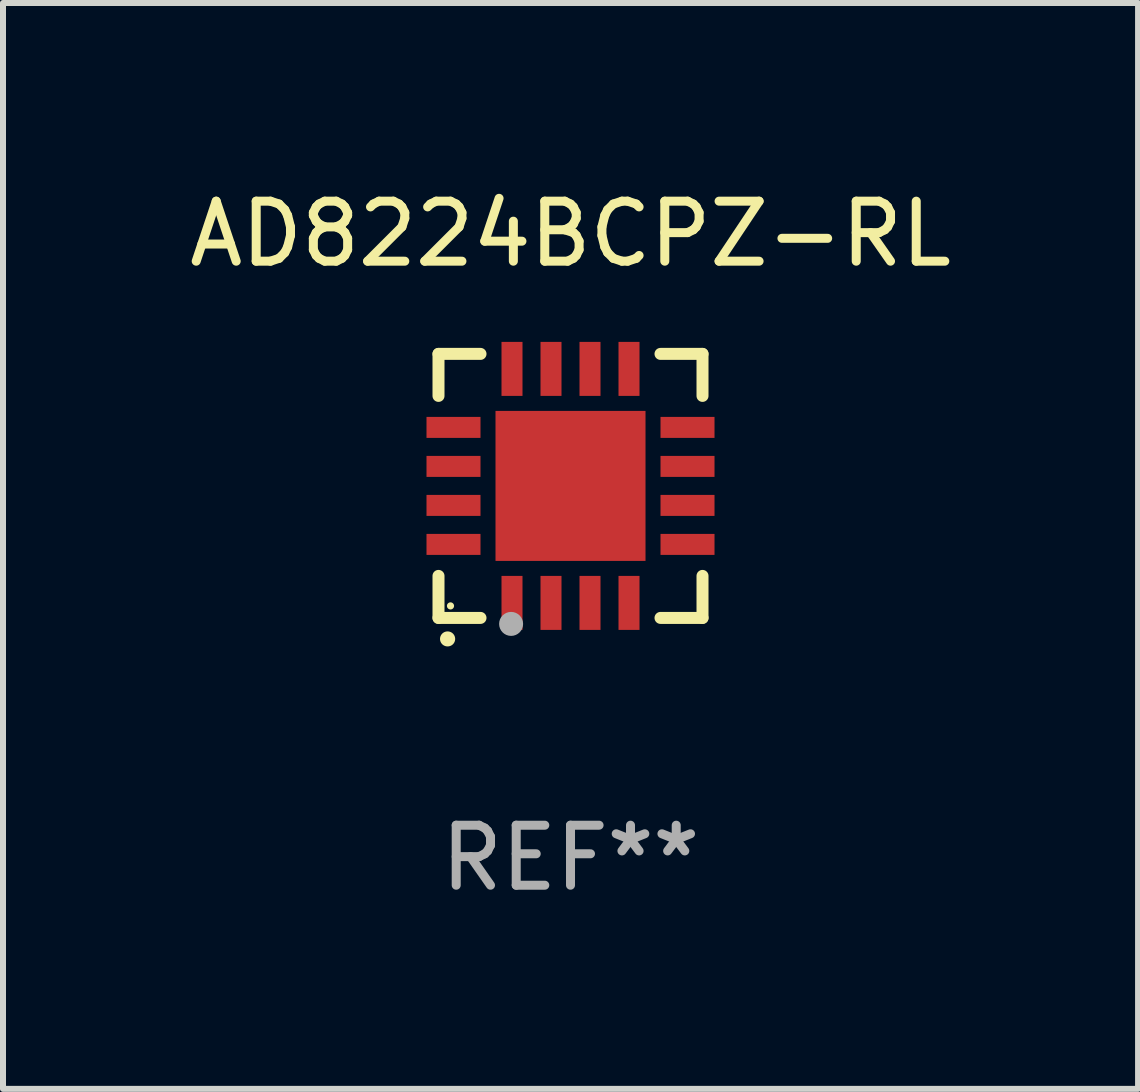
<source format=kicad_pcb>
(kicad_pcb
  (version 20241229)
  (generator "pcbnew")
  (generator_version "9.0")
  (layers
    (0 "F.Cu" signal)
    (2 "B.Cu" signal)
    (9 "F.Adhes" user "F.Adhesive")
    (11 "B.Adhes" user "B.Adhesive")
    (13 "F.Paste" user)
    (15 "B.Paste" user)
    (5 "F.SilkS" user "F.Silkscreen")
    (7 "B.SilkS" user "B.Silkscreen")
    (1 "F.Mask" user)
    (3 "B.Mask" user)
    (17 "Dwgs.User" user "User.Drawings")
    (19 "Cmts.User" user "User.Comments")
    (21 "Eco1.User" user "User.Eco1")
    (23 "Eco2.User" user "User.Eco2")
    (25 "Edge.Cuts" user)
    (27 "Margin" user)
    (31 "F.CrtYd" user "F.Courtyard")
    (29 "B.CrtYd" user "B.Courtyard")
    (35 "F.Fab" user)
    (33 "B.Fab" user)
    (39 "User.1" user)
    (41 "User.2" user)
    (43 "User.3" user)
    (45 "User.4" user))
  (footprint "AD8224BCPZ-RL"
    (layer "F.Cu")
    (at 6.458 5.048)
    (property "Reference" "AD8224BCPZ-RL" (at 0 -4.2 0) (layer "F.SilkS") (effects (font (size 1 1) (thickness 0.15))))
    (attr through_hole)
    (fp_line (start -2.2 -2.2) (end -1.5 -2.2) (stroke (width 0.2) (type solid)) (layer "F.SilkS"))
    (fp_line (start -2.2 -1.5) (end -2.2 -2.2) (stroke (width 0.2) (type solid)) (layer "F.SilkS"))
    (fp_line (start -2.2 2.2) (end -2.2 1.5) (stroke (width 0.2) (type solid)) (layer "F.SilkS"))
    (fp_line (start -1.5 2.2) (end -2.2 2.2) (stroke (width 0.2) (type solid)) (layer "F.SilkS"))
    (fp_line (start 1.5 2.2) (end 2.2 2.2) (stroke (width 0.2) (type solid)) (layer "F.SilkS"))
    (fp_line (start 2.2 -2.2) (end 1.5 -2.2) (stroke (width 0.2) (type solid)) (layer "F.SilkS"))
    (fp_line (start 2.2 -1.5) (end 2.2 -2.2) (stroke (width 0.2) (type solid)) (layer "F.SilkS"))
    (fp_line (start 2.2 2.2) (end 2.2 1.5) (stroke (width 0.2) (type solid)) (layer "F.SilkS"))
    (fp_arc (start -2.049784 2.550165) (mid -2.048514 2.550159) (end -2.047244 2.550165) (stroke (width 0.25) (type solid)) (layer "F.SilkS"))
    (fp_circle (center -2 2) (end -1.97 2) (stroke (width 0.06) (type solid)) (fill no) (layer "F.SilkS"))
    (fp_circle (center -0.99 2.3) (end -0.89 2.3) (stroke (width 0.2) (type solid)) (fill no) (layer "F.Fab"))
    (fp_text user "REF**" (at 0 6.2 0) (layer "F.Fab") (effects (font (size 1 1) (thickness 0.15))))
    (pad "1" smd rect (at -0.975 1.95 180) (size 0.35 0.9) (layers "F.Cu" "F.Mask" "F.Paste"))
    (pad "2" smd rect (at -0.325 1.95 180) (size 0.35 0.9) (layers "F.Cu" "F.Mask" "F.Paste"))
    (pad "3" smd rect (at 0.325 1.95 180) (size 0.35 0.9) (layers "F.Cu" "F.Mask" "F.Paste"))
    (pad "4" smd rect (at 0.975 1.95 180) (size 0.35 0.9) (layers "F.Cu" "F.Mask" "F.Paste"))
    (pad "5" smd rect (at 1.95 0.975 90) (size 0.35 0.9) (layers "F.Cu" "F.Mask" "F.Paste"))
    (pad "6" smd rect (at 1.95 0.325 90) (size 0.35 0.9) (layers "F.Cu" "F.Mask" "F.Paste"))
    (pad "7" smd rect (at 1.95 -0.325 90) (size 0.35 0.9) (layers "F.Cu" "F.Mask" "F.Paste"))
    (pad "8" smd rect (at 1.95 -0.975 90) (size 0.35 0.9) (layers "F.Cu" "F.Mask" "F.Paste"))
    (pad "9" smd rect (at 0.975 -1.95 180) (size 0.35 0.9) (layers "F.Cu" "F.Mask" "F.Paste"))
    (pad "10" smd rect (at 0.325 -1.95 180) (size 0.35 0.9) (layers "F.Cu" "F.Mask" "F.Paste"))
    (pad "11" smd rect (at -0.325 -1.95 180) (size 0.35 0.9) (layers "F.Cu" "F.Mask" "F.Paste"))
    (pad "12" smd rect (at -0.975 -1.95 180) (size 0.35 0.9) (layers "F.Cu" "F.Mask" "F.Paste"))
    (pad "13" smd rect (at -1.95 -0.975 90) (size 0.35 0.9) (layers "F.Cu" "F.Mask" "F.Paste"))
    (pad "14" smd rect (at -1.95 -0.325 90) (size 0.35 0.9) (layers "F.Cu" "F.Mask" "F.Paste"))
    (pad "15" smd rect (at -1.95 0.325 90) (size 0.35 0.9) (layers "F.Cu" "F.Mask" "F.Paste"))
    (pad "16" smd rect (at -1.95 0.975 90) (size 0.35 0.9) (layers "F.Cu" "F.Mask" "F.Paste"))
    (pad "17" smd rect (at 0.000051 0.000051 90) (size 2.5 2.5) (layers "F.Cu" "F.Mask" "F.Paste")))
  (gr_rect
    (start -3 -3)
    (end 15.917 15.097)
    (stroke (width 0.1) (type default))
    (fill no)
    (layer "Edge.Cuts")))
</source>
